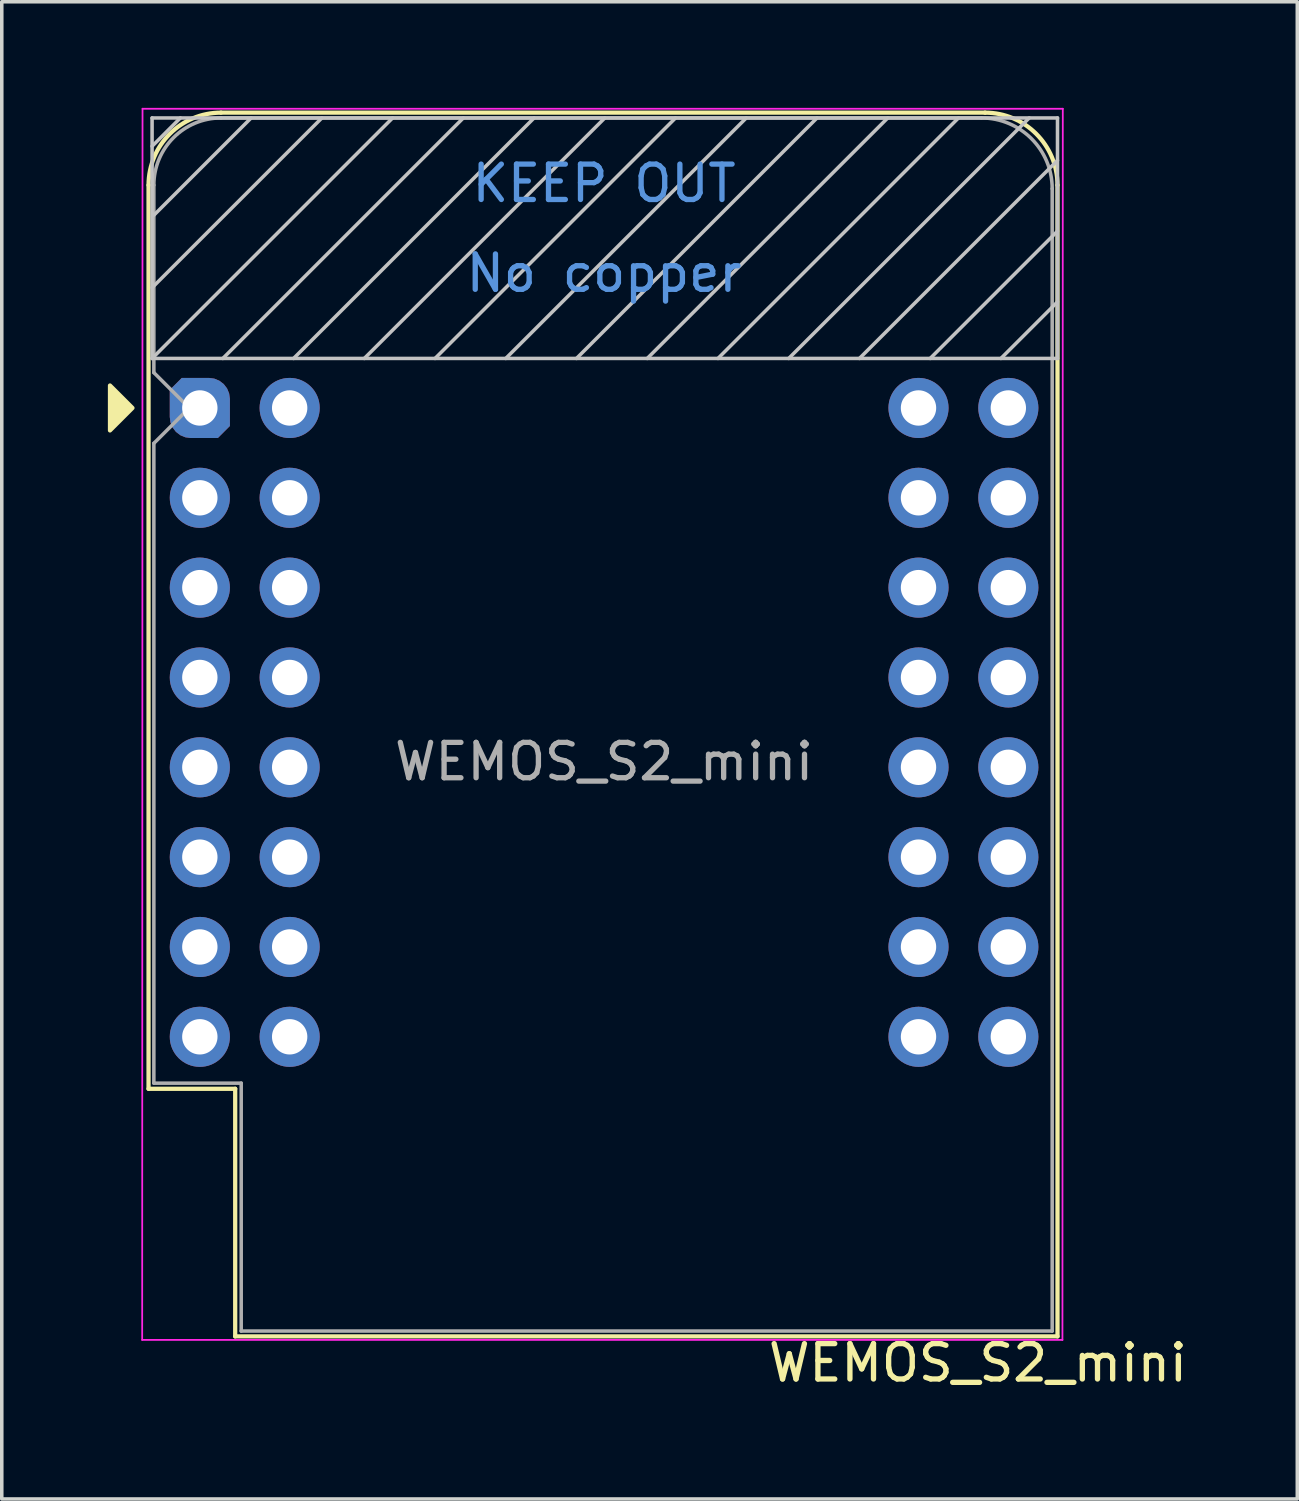
<source format=kicad_pcb>
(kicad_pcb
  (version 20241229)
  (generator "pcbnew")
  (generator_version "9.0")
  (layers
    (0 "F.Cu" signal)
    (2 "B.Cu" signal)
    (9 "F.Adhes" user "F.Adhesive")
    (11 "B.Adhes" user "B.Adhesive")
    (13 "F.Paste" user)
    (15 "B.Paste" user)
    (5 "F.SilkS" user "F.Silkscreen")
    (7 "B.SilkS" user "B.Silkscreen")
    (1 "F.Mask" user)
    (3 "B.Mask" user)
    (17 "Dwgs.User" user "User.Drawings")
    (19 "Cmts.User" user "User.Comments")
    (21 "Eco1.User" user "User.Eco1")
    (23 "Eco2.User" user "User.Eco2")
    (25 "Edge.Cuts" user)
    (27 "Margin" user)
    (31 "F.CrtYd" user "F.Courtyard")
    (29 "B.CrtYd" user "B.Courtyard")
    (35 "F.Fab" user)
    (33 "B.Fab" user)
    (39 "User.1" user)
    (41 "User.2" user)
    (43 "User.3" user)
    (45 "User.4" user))
  (footprint "WEMOS_S2_mini"
    (layer "F.Cu")
    (at 2.6 8.485)
    (property "Reference" "WEMOS_S2_mini" (at 22 27 0) (layer "F.SilkS") (effects (font (size 1 1) (thickness 0.15))))
    (attr through_hole)
    (fp_line (start -1.45 19.25) (end -1.45 -6.3) (stroke (width 0.12) (type solid)) (layer "F.SilkS"))
    (fp_line (start -1.45 19.25) (end 1 19.25) (stroke (width 0.12) (type solid)) (layer "F.SilkS"))
    (fp_line (start 1 19.25) (end 1 26.25) (stroke (width 0.12) (type solid)) (layer "F.SilkS"))
    (fp_line (start 1 26.25) (end 24.25 26.25) (stroke (width 0.12) (type solid)) (layer "F.SilkS"))
    (fp_line (start 22.2 -8.35) (end 0.6 -8.35) (stroke (width 0.12) (type solid)) (layer "F.SilkS"))
    (fp_line (start 24.25 26.25) (end 24.25 -6.3) (stroke (width 0.12) (type solid)) (layer "F.SilkS"))
    (fp_arc (start -1.45 -6.3) (mid -0.849569 -7.749569) (end 0.6 -8.35) (stroke (width 0.12) (type solid)) (layer "F.SilkS"))
    (fp_arc (start 22.2 -8.35) (mid 23.649569 -7.749569) (end 24.25 -6.3) (stroke (width 0.12) (type solid)) (layer "F.SilkS"))
    (fp_poly (pts (xy -2.54 -0.635) (xy -2.54 0.635) (xy -1.905 0)) (stroke (width 0.12) (type solid)) (fill yes) (layer "F.SilkS"))
    (fp_line (start -1.35 -8.2) (end -1.35 -1.4) (stroke (width 0.1) (type solid)) (layer "Dwgs.User"))
    (fp_line (start -1.35 -7.4) (end -0.55 -8.2) (stroke (width 0.1) (type solid)) (layer "Dwgs.User"))
    (fp_line (start -1.35 -3.4) (end 3.45 -8.2) (stroke (width 0.1) (type solid)) (layer "Dwgs.User"))
    (fp_line (start -1.35 -1.4) (end 5.45 -8.2) (stroke (width 0.1) (type solid)) (layer "Dwgs.User"))
    (fp_line (start -1.35 -1.4) (end 24.25 -1.4) (stroke (width 0.1) (type solid)) (layer "Dwgs.User"))
    (fp_line (start -1.3 -5.45) (end 1.45 -8.2) (stroke (width 0.1) (type solid)) (layer "Dwgs.User"))
    (fp_line (start 0.65 -1.4) (end 7.45 -8.2) (stroke (width 0.1) (type solid)) (layer "Dwgs.User"))
    (fp_line (start 2.65 -1.4) (end 9.45 -8.2) (stroke (width 0.1) (type solid)) (layer "Dwgs.User"))
    (fp_line (start 4.65 -1.4) (end 11.45 -8.2) (stroke (width 0.1) (type solid)) (layer "Dwgs.User"))
    (fp_line (start 6.65 -1.4) (end 13.45 -8.2) (stroke (width 0.1) (type solid)) (layer "Dwgs.User"))
    (fp_line (start 8.65 -1.4) (end 15.45 -8.2) (stroke (width 0.1) (type solid)) (layer "Dwgs.User"))
    (fp_line (start 10.65 -1.4) (end 17.45 -8.2) (stroke (width 0.1) (type solid)) (layer "Dwgs.User"))
    (fp_line (start 12.65 -1.4) (end 19.45 -8.2) (stroke (width 0.1) (type solid)) (layer "Dwgs.User"))
    (fp_line (start 14.65 -1.4) (end 21.45 -8.2) (stroke (width 0.1) (type solid)) (layer "Dwgs.User"))
    (fp_line (start 16.65 -1.4) (end 23.45 -8.2) (stroke (width 0.1) (type solid)) (layer "Dwgs.User"))
    (fp_line (start 18.65 -1.4) (end 24.25 -7) (stroke (width 0.1) (type solid)) (layer "Dwgs.User"))
    (fp_line (start 20.65 -1.4) (end 24.25 -5) (stroke (width 0.1) (type solid)) (layer "Dwgs.User"))
    (fp_line (start 22.65 -1.4) (end 24.25 -3) (stroke (width 0.1) (type solid)) (layer "Dwgs.User"))
    (fp_line (start 24.25 -8.2) (end -1.35 -8.2) (stroke (width 0.1) (type solid)) (layer "Dwgs.User"))
    (fp_line (start 24.25 -1.4) (end 24.25 -8.2) (stroke (width 0.1) (type solid)) (layer "Dwgs.User"))
    (fp_line (start -1.63 26.35) (end -1.62 -8.46) (stroke (width 0.05) (type solid)) (layer "F.CrtYd"))
    (fp_line (start -1.62 -8.46) (end 24.4 -8.46) (stroke (width 0.05) (type solid)) (layer "F.CrtYd"))
    (fp_line (start 24.39 26.35) (end -1.63 26.35) (stroke (width 0.05) (type solid)) (layer "F.CrtYd"))
    (fp_line (start 24.4 -8.46) (end 24.39 26.35) (stroke (width 0.05) (type solid)) (layer "F.CrtYd"))
    (fp_line (start -1.3 -6.3) (end -1.3 -1) (stroke (width 0.1) (type solid)) (layer "F.Fab"))
    (fp_line (start -1.3 1) (end -1.3 19.09) (stroke (width 0.1) (type solid)) (layer "F.Fab"))
    (fp_line (start -1.3 1) (end -0.3 0) (stroke (width 0.1) (type solid)) (layer "F.Fab"))
    (fp_line (start -1.3 19.09) (end 1.17 19.09) (stroke (width 0.1) (type solid)) (layer "F.Fab"))
    (fp_line (start -0.3 0) (end -1.3 -1) (stroke (width 0.1) (type solid)) (layer "F.Fab"))
    (fp_line (start 1.17 19.09) (end 1.17 26.1) (stroke (width 0.1) (type solid)) (layer "F.Fab"))
    (fp_line (start 1.17 26.1) (end 24.1 26.1) (stroke (width 0.1) (type solid)) (layer "F.Fab"))
    (fp_line (start 22.1 -8.2) (end 0.6 -8.2) (stroke (width 0.1) (type solid)) (layer "F.Fab"))
    (fp_line (start 24.1 26.1) (end 24.1 -6.2) (stroke (width 0.1) (type solid)) (layer "F.Fab"))
    (fp_arc (start -1.3 -6.3) (mid -0.743503 -7.643503) (end 0.6 -8.2) (stroke (width 0.1) (type solid)) (layer "F.Fab"))
    (fp_arc (start 22.1 -8.2) (mid 23.514214 -7.614214) (end 24.1 -6.2) (stroke (width 0.1) (type solid)) (layer "F.Fab"))
    (fp_text user "KEEP OUT" (at 11.43 -6.35 0) (layer "Cmts.User") (effects (font (size 1 1) (thickness 0.15))))
    (fp_text user "No copper" (at 11.43 -3.81 0) (layer "Cmts.User") (effects (font (size 1 1) (thickness 0.15))))
    (fp_text user "${REFERENCE}" (at 11.43 10 0) (layer "F.Fab") (effects (font (size 1 1) (thickness 0.15))))
    (pad "1" thru_hole roundrect (at 0 0) (size 1.7 1.7) (drill 1) (layers "*.Cu" "*.Mask") (roundrect_rratio 0.35) (chamfer_ratio 0.2) (chamfer top_left bottom_right))
    (pad "2" thru_hole circle (at 0 2.54) (size 1.7 1.7) (drill 1) (layers "*.Cu" "*.Mask"))
    (pad "3" thru_hole circle (at 0 5.08) (size 1.7 1.7) (drill 1) (layers "*.Cu" "*.Mask"))
    (pad "4" thru_hole circle (at 0 7.62) (size 1.7 1.7) (drill 1) (layers "*.Cu" "*.Mask"))
    (pad "5" thru_hole circle (at 0 10.16) (size 1.7 1.7) (drill 1) (layers "*.Cu" "*.Mask"))
    (pad "6" thru_hole circle (at 0 12.7) (size 1.7 1.7) (drill 1) (layers "*.Cu" "*.Mask"))
    (pad "7" thru_hole circle (at 0 15.24) (size 1.7 1.7) (drill 1) (layers "*.Cu" "*.Mask"))
    (pad "8" thru_hole circle (at 0 17.78) (size 1.7 1.7) (drill 1) (layers "*.Cu" "*.Mask"))
    (pad "9" thru_hole circle (at 22.86 17.78) (size 1.7 1.7) (drill 1) (layers "*.Cu" "*.Mask"))
    (pad "10" thru_hole circle (at 22.86 15.24) (size 1.7 1.7) (drill 1) (layers "*.Cu" "*.Mask"))
    (pad "11" thru_hole circle (at 22.86 12.7) (size 1.7 1.7) (drill 1) (layers "*.Cu" "*.Mask"))
    (pad "12" thru_hole circle (at 22.86 10.16) (size 1.7 1.7) (drill 1) (layers "*.Cu" "*.Mask"))
    (pad "13" thru_hole circle (at 22.86 7.62) (size 1.7 1.7) (drill 1) (layers "*.Cu" "*.Mask"))
    (pad "14" thru_hole circle (at 22.86 5.08) (size 1.7 1.7) (drill 1) (layers "*.Cu" "*.Mask"))
    (pad "15" thru_hole circle (at 22.86 2.54) (size 1.7 1.7) (drill 1) (layers "*.Cu" "*.Mask"))
    (pad "16" thru_hole circle (at 22.86 0) (size 1.7 1.7) (drill 1) (layers "*.Cu" "*.Mask"))
    (pad "17" thru_hole circle (at 2.54 0) (size 1.7 1.7) (drill 1) (layers "*.Cu" "*.Mask"))
    (pad "18" thru_hole circle (at 2.54 2.54) (size 1.7 1.7) (drill 1) (layers "*.Cu" "*.Mask"))
    (pad "19" thru_hole circle (at 2.54 5.08) (size 1.7 1.7) (drill 1) (layers "*.Cu" "*.Mask"))
    (pad "20" thru_hole circle (at 2.54 7.62) (size 1.7 1.7) (drill 1) (layers "*.Cu" "*.Mask"))
    (pad "21" thru_hole circle (at 2.54 10.16) (size 1.7 1.7) (drill 1) (layers "*.Cu" "*.Mask"))
    (pad "22" thru_hole circle (at 2.54 12.7) (size 1.7 1.7) (drill 1) (layers "*.Cu" "*.Mask"))
    (pad "23" thru_hole circle (at 2.54 15.24) (size 1.7 1.7) (drill 1) (layers "*.Cu" "*.Mask"))
    (pad "24" thru_hole circle (at 2.54 17.78) (size 1.7 1.7) (drill 1) (layers "*.Cu" "*.Mask"))
    (pad "25" thru_hole circle (at 20.32 17.78) (size 1.7 1.7) (drill 1) (layers "*.Cu" "*.Mask"))
    (pad "26" thru_hole circle (at 20.32 15.24) (size 1.7 1.7) (drill 1) (layers "*.Cu" "*.Mask"))
    (pad "27" thru_hole circle (at 20.32 12.7) (size 1.7 1.7) (drill 1) (layers "*.Cu" "*.Mask"))
    (pad "28" thru_hole circle (at 20.32 10.16) (size 1.7 1.7) (drill 1) (layers "*.Cu" "*.Mask"))
    (pad "29" thru_hole circle (at 20.32 7.62) (size 1.7 1.7) (drill 1) (layers "*.Cu" "*.Mask"))
    (pad "30" thru_hole circle (at 20.32 5.08) (size 1.7 1.7) (drill 1) (layers "*.Cu" "*.Mask"))
    (pad "31" thru_hole circle (at 20.32 2.54) (size 1.7 1.7) (drill 1) (layers "*.Cu" "*.Mask"))
    (pad "32" thru_hole circle (at 20.32 0) (size 1.7 1.7) (drill 1) (layers "*.Cu" "*.Mask")))
  (gr_rect
    (start -3 -3)
    (end 33.63 39.333)
    (stroke (width 0.1) (type default))
    (fill no)
    (layer "Edge.Cuts")))
</source>
